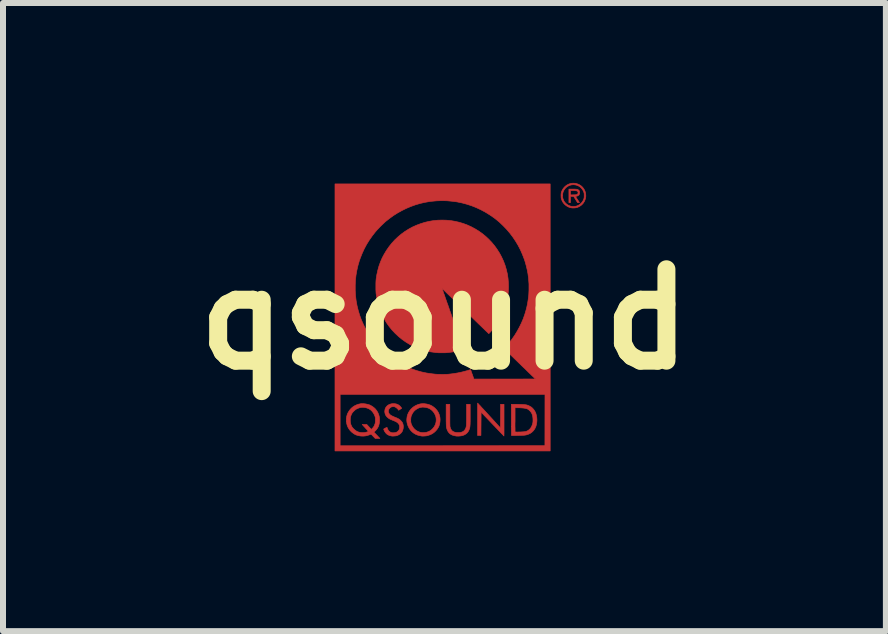
<source format=kicad_pcb>
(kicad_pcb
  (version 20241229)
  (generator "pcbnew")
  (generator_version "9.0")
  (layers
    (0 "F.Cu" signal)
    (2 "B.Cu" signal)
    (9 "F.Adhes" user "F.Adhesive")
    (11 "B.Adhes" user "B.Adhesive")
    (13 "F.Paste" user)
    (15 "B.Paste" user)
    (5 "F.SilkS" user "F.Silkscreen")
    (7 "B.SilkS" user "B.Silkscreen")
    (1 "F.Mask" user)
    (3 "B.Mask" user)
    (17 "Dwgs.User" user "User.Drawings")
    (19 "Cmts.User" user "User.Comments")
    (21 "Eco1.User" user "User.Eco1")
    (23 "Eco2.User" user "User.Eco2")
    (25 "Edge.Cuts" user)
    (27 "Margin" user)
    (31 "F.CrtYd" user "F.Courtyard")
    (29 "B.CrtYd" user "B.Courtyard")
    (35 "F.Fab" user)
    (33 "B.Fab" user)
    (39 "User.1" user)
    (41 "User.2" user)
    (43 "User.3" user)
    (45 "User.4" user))
  (footprint "qsound"
    (layer "F.Cu")
    (at 4.362 2.275)
    (property "Reference" "qsound" (at 0 0 0) (layer "F.SilkS") (effects (font (size 1.524 1.524) (thickness 0.3))))
    (attr through_hole)
    (fp_poly (pts (xy 0.555 1.399) (xy 0.56 1.404) (xy 0.568 1.413) (xy 0.579 1.425) (xy 0.593 1.439) (xy 0.608 1.456) (xy 0.626 1.476) (xy 0.646 1.497) (xy 0.667 1.52) (xy 0.69 1.545) (xy 0.714 1.571) (xy 0.739 1.599) (xy 0.744 1.604) (xy 0.933 1.811) (xy 0.934 1.614) (xy 0.935 1.417) (xy 0.993 1.417) (xy 0.993 1.681) (xy 0.993 1.718) (xy 0.993 1.752) (xy 0.993 1.785) (xy 0.993 1.816) (xy 0.993 1.844) (xy 0.993 1.87) (xy 0.993 1.892) (xy 0.993 1.911) (xy 0.992 1.926) (xy 0.992 1.937) (xy 0.992 1.944) (xy 0.992 1.946) (xy 0.99 1.944) (xy 0.985 1.939) (xy 0.977 1.93) (xy 0.966 1.919) (xy 0.952 1.905) (xy 0.936 1.888) (xy 0.918 1.869) (xy 0.898 1.848) (xy 0.876 1.825) (xy 0.853 1.801) (xy 0.829 1.776) (xy 0.803 1.749) (xy 0.801 1.747) (xy 0.611 1.548) (xy 0.608 1.937) (xy 0.552 1.937) (xy 0.552 1.667) (xy 0.552 1.63) (xy 0.552 1.595) (xy 0.552 1.562) (xy 0.552 1.531) (xy 0.552 1.502) (xy 0.552 1.476) (xy 0.552 1.453) (xy 0.552 1.434) (xy 0.552 1.418) (xy 0.553 1.407) (xy 0.553 1.4) (xy 0.553 1.397) (xy 0.555 1.399)) (stroke (width 0.01) (type solid)) (fill yes) (layer "F.Cu"))
    (fp_poly (pts (xy 2.16 -2.172) (xy 2.179 -2.171) (xy 2.194 -2.17) (xy 2.206 -2.169) (xy 2.216 -2.167) (xy 2.223 -2.164) (xy 2.23 -2.16) (xy 2.236 -2.156) (xy 2.237 -2.155) (xy 2.246 -2.146) (xy 2.251 -2.136) (xy 2.253 -2.123) (xy 2.254 -2.111) (xy 2.252 -2.095) (xy 2.248 -2.082) (xy 2.239 -2.07) (xy 2.238 -2.069) (xy 2.231 -2.064) (xy 2.221 -2.059) (xy 2.21 -2.055) (xy 2.2 -2.052) (xy 2.198 -2.052) (xy 2.193 -2.052) (xy 2.19 -2.051) (xy 2.188 -2.049) (xy 2.189 -2.046) (xy 2.191 -2.04) (xy 2.196 -2.031) (xy 2.203 -2.02) (xy 2.213 -2.005) (xy 2.217 -1.998) (xy 2.227 -1.984) (xy 2.235 -1.971) (xy 2.242 -1.961) (xy 2.247 -1.953) (xy 2.25 -1.948) (xy 2.25 -1.947) (xy 2.248 -1.946) (xy 2.242 -1.946) (xy 2.235 -1.946) (xy 2.219 -1.946) (xy 2.155 -2.049) (xy 2.128 -2.049) (xy 2.101 -2.05) (xy 2.101 -1.946) (xy 2.075 -1.946) (xy 2.075 -2.146) (xy 2.101 -2.146) (xy 2.101 -2.075) (xy 2.148 -2.076) (xy 2.166 -2.076) (xy 2.18 -2.077) (xy 2.191 -2.078) (xy 2.198 -2.079) (xy 2.204 -2.08) (xy 2.207 -2.081) (xy 2.218 -2.087) (xy 2.224 -2.095) (xy 2.227 -2.106) (xy 2.228 -2.112) (xy 2.227 -2.121) (xy 2.225 -2.127) (xy 2.222 -2.132) (xy 2.221 -2.132) (xy 2.215 -2.137) (xy 2.207 -2.141) (xy 2.197 -2.143) (xy 2.185 -2.145) (xy 2.169 -2.146) (xy 2.149 -2.146) (xy 2.145 -2.146) (xy 2.101 -2.146) (xy 2.075 -2.146) (xy 2.075 -2.172) (xy 2.137 -2.172) (xy 2.16 -2.172)) (stroke (width 0.01) (type solid)) (fill yes) (layer "F.Cu"))
    (fp_poly (pts (xy 0.09 1.601) (xy 0.09 1.636) (xy 0.09 1.667) (xy 0.09 1.693) (xy 0.09 1.715) (xy 0.09 1.734) (xy 0.091 1.75) (xy 0.091 1.762) (xy 0.091 1.772) (xy 0.092 1.78) (xy 0.092 1.787) (xy 0.093 1.792) (xy 0.094 1.796) (xy 0.095 1.799) (xy 0.095 1.8) (xy 0.103 1.823) (xy 0.113 1.842) (xy 0.125 1.857) (xy 0.14 1.868) (xy 0.151 1.874) (xy 0.165 1.88) (xy 0.178 1.884) (xy 0.193 1.887) (xy 0.209 1.888) (xy 0.227 1.888) (xy 0.243 1.888) (xy 0.257 1.887) (xy 0.269 1.886) (xy 0.274 1.885) (xy 0.298 1.877) (xy 0.318 1.866) (xy 0.334 1.851) (xy 0.347 1.832) (xy 0.357 1.809) (xy 0.359 1.803) (xy 0.361 1.796) (xy 0.362 1.788) (xy 0.364 1.78) (xy 0.365 1.77) (xy 0.366 1.757) (xy 0.366 1.743) (xy 0.367 1.726) (xy 0.367 1.705) (xy 0.368 1.681) (xy 0.368 1.654) (xy 0.368 1.622) (xy 0.368 1.585) (xy 0.368 1.577) (xy 0.368 1.417) (xy 0.429 1.417) (xy 0.429 1.582) (xy 0.429 1.619) (xy 0.429 1.652) (xy 0.429 1.681) (xy 0.429 1.705) (xy 0.428 1.726) (xy 0.428 1.744) (xy 0.427 1.76) (xy 0.426 1.773) (xy 0.425 1.784) (xy 0.424 1.794) (xy 0.422 1.803) (xy 0.421 1.811) (xy 0.419 1.818) (xy 0.409 1.846) (xy 0.396 1.871) (xy 0.379 1.893) (xy 0.358 1.911) (xy 0.334 1.926) (xy 0.306 1.937) (xy 0.302 1.938) (xy 0.28 1.943) (xy 0.256 1.946) (xy 0.231 1.948) (xy 0.209 1.947) (xy 0.199 1.947) (xy 0.166 1.941) (xy 0.137 1.933) (xy 0.112 1.922) (xy 0.091 1.908) (xy 0.073 1.89) (xy 0.058 1.869) (xy 0.046 1.844) (xy 0.043 1.836) (xy 0.04 1.828) (xy 0.038 1.82) (xy 0.036 1.813) (xy 0.034 1.805) (xy 0.032 1.796) (xy 0.031 1.786) (xy 0.03 1.774) (xy 0.03 1.76) (xy 0.029 1.744) (xy 0.029 1.725) (xy 0.028 1.702) (xy 0.028 1.676) (xy 0.028 1.646) (xy 0.028 1.611) (xy 0.028 1.592) (xy 0.028 1.417) (xy 0.089 1.417) (xy 0.09 1.601)) (stroke (width 0.01) (type solid)) (fill yes) (layer "F.Cu"))
    (fp_poly (pts (xy 2.188 -2.267) (xy 2.219 -2.258) (xy 2.227 -2.255) (xy 2.256 -2.241) (xy 2.282 -2.223) (xy 2.304 -2.202) (xy 2.323 -2.177) (xy 2.338 -2.151) (xy 2.349 -2.121) (xy 2.355 -2.091) (xy 2.357 -2.058) (xy 2.357 -2.054) (xy 2.353 -2.022) (xy 2.344 -1.992) (xy 2.332 -1.964) (xy 2.316 -1.939) (xy 2.296 -1.916) (xy 2.274 -1.897) (xy 2.248 -1.881) (xy 2.221 -1.868) (xy 2.191 -1.86) (xy 2.16 -1.857) (xy 2.131 -1.857) (xy 2.099 -1.862) (xy 2.07 -1.872) (xy 2.042 -1.887) (xy 2.016 -1.906) (xy 2.009 -1.912) (xy 1.989 -1.933) (xy 1.973 -1.955) (xy 1.96 -1.98) (xy 1.95 -2.007) (xy 1.948 -2.015) (xy 1.946 -2.023) (xy 1.945 -2.032) (xy 1.945 -2.042) (xy 1.944 -2.056) (xy 1.944 -2.064) (xy 1.944 -2.064) (xy 1.968 -2.064) (xy 1.97 -2.039) (xy 1.975 -2.015) (xy 1.984 -1.991) (xy 1.988 -1.981) (xy 2.002 -1.957) (xy 2.021 -1.936) (xy 2.042 -1.917) (xy 2.066 -1.902) (xy 2.093 -1.891) (xy 2.104 -1.887) (xy 2.123 -1.884) (xy 2.145 -1.882) (xy 2.168 -1.883) (xy 2.189 -1.886) (xy 2.196 -1.887) (xy 2.224 -1.897) (xy 2.249 -1.911) (xy 2.272 -1.929) (xy 2.292 -1.951) (xy 2.309 -1.975) (xy 2.322 -2.003) (xy 2.324 -2.009) (xy 2.326 -2.017) (xy 2.328 -2.025) (xy 2.329 -2.033) (xy 2.33 -2.043) (xy 2.33 -2.057) (xy 2.33 -2.064) (xy 2.33 -2.079) (xy 2.33 -2.09) (xy 2.329 -2.099) (xy 2.327 -2.107) (xy 2.325 -2.115) (xy 2.324 -2.119) (xy 2.312 -2.147) (xy 2.296 -2.171) (xy 2.278 -2.193) (xy 2.256 -2.211) (xy 2.232 -2.225) (xy 2.206 -2.236) (xy 2.179 -2.242) (xy 2.151 -2.245) (xy 2.123 -2.243) (xy 2.094 -2.236) (xy 2.073 -2.227) (xy 2.047 -2.213) (xy 2.024 -2.194) (xy 2.005 -2.172) (xy 1.989 -2.148) (xy 1.978 -2.121) (xy 1.971 -2.093) (xy 1.968 -2.064) (xy 1.944 -2.064) (xy 1.944 -2.08) (xy 1.945 -2.092) (xy 1.946 -2.101) (xy 1.947 -2.109) (xy 1.949 -2.117) (xy 1.95 -2.121) (xy 1.962 -2.151) (xy 1.978 -2.178) (xy 1.997 -2.202) (xy 2.019 -2.223) (xy 2.043 -2.24) (xy 2.07 -2.254) (xy 2.098 -2.264) (xy 2.128 -2.269) (xy 2.158 -2.27) (xy 2.188 -2.267)) (stroke (width 0.01) (type solid)) (fill yes) (layer "F.Cu"))
    (fp_poly (pts (xy -0.336 1.407) (xy -0.298 1.412) (xy -0.265 1.42) (xy -0.234 1.431) (xy -0.207 1.445) (xy -0.182 1.462) (xy -0.158 1.482) (xy -0.149 1.491) (xy -0.128 1.514) (xy -0.111 1.538) (xy -0.098 1.563) (xy -0.087 1.59) (xy -0.083 1.604) (xy -0.076 1.634) (xy -0.073 1.665) (xy -0.074 1.698) (xy -0.078 1.729) (xy -0.085 1.76) (xy -0.095 1.788) (xy -0.102 1.801) (xy -0.123 1.834) (xy -0.147 1.862) (xy -0.174 1.887) (xy -0.204 1.908) (xy -0.237 1.924) (xy -0.273 1.936) (xy -0.29 1.941) (xy -0.302 1.943) (xy -0.318 1.945) (xy -0.334 1.946) (xy -0.351 1.947) (xy -0.365 1.947) (xy -0.376 1.947) (xy -0.376 1.947) (xy -0.412 1.94) (xy -0.447 1.931) (xy -0.479 1.918) (xy -0.507 1.902) (xy -0.523 1.891) (xy -0.549 1.868) (xy -0.572 1.842) (xy -0.591 1.813) (xy -0.607 1.781) (xy -0.618 1.749) (xy -0.626 1.715) (xy -0.629 1.683) (xy -0.563 1.683) (xy -0.562 1.706) (xy -0.559 1.726) (xy -0.557 1.735) (xy -0.546 1.764) (xy -0.531 1.791) (xy -0.513 1.816) (xy -0.491 1.838) (xy -0.467 1.857) (xy -0.462 1.859) (xy -0.447 1.867) (xy -0.429 1.875) (xy -0.41 1.882) (xy -0.393 1.886) (xy -0.388 1.887) (xy -0.374 1.889) (xy -0.357 1.889) (xy -0.338 1.888) (xy -0.319 1.887) (xy -0.302 1.884) (xy -0.295 1.882) (xy -0.265 1.872) (xy -0.238 1.858) (xy -0.213 1.839) (xy -0.192 1.818) (xy -0.173 1.794) (xy -0.158 1.767) (xy -0.147 1.739) (xy -0.14 1.709) (xy -0.138 1.678) (xy -0.138 1.665) (xy -0.141 1.641) (xy -0.145 1.62) (xy -0.153 1.599) (xy -0.158 1.588) (xy -0.173 1.56) (xy -0.193 1.535) (xy -0.212 1.516) (xy -0.234 1.499) (xy -0.256 1.486) (xy -0.28 1.477) (xy -0.307 1.47) (xy -0.336 1.466) (xy -0.366 1.464) (xy -0.393 1.468) (xy -0.42 1.475) (xy -0.443 1.485) (xy -0.472 1.502) (xy -0.498 1.522) (xy -0.519 1.546) (xy -0.536 1.572) (xy -0.55 1.602) (xy -0.557 1.622) (xy -0.56 1.64) (xy -0.562 1.661) (xy -0.563 1.683) (xy -0.629 1.683) (xy -0.629 1.681) (xy -0.627 1.652) (xy -0.622 1.616) (xy -0.612 1.584) (xy -0.599 1.555) (xy -0.582 1.527) (xy -0.56 1.499) (xy -0.551 1.49) (xy -0.526 1.467) (xy -0.497 1.447) (xy -0.466 1.431) (xy -0.434 1.418) (xy -0.401 1.41) (xy -0.368 1.406) (xy -0.336 1.407)) (stroke (width 0.01) (type solid)) (fill yes) (layer "F.Cu"))
    (fp_poly (pts (xy 1.241 1.418) (xy 1.276 1.419) (xy 1.307 1.42) (xy 1.333 1.422) (xy 1.355 1.425) (xy 1.373 1.428) (xy 1.375 1.429) (xy 1.384 1.432) (xy 1.396 1.436) (xy 1.408 1.441) (xy 1.417 1.446) (xy 1.444 1.461) (xy 1.468 1.481) (xy 1.489 1.505) (xy 1.507 1.532) (xy 1.521 1.561) (xy 1.525 1.572) (xy 1.534 1.607) (xy 1.54 1.643) (xy 1.542 1.679) (xy 1.54 1.714) (xy 1.534 1.749) (xy 1.526 1.782) (xy 1.513 1.812) (xy 1.5 1.835) (xy 1.48 1.861) (xy 1.456 1.884) (xy 1.43 1.902) (xy 1.4 1.916) (xy 1.367 1.927) (xy 1.339 1.932) (xy 1.331 1.933) (xy 1.319 1.934) (xy 1.304 1.934) (xy 1.287 1.935) (xy 1.267 1.936) (xy 1.247 1.936) (xy 1.226 1.937) (xy 1.206 1.937) (xy 1.186 1.938) (xy 1.167 1.938) (xy 1.15 1.938) (xy 1.136 1.938) (xy 1.126 1.938) (xy 1.119 1.937) (xy 1.117 1.937) (xy 1.117 1.934) (xy 1.116 1.926) (xy 1.116 1.914) (xy 1.116 1.899) (xy 1.116 1.879) (xy 1.116 1.856) (xy 1.115 1.83) (xy 1.115 1.801) (xy 1.115 1.77) (xy 1.115 1.763) (xy 1.176 1.763) (xy 1.176 1.789) (xy 1.177 1.813) (xy 1.177 1.833) (xy 1.177 1.85) (xy 1.177 1.863) (xy 1.177 1.872) (xy 1.177 1.876) (xy 1.177 1.876) (xy 1.18 1.878) (xy 1.188 1.879) (xy 1.199 1.879) (xy 1.215 1.88) (xy 1.233 1.879) (xy 1.254 1.879) (xy 1.276 1.878) (xy 1.294 1.877) (xy 1.31 1.876) (xy 1.325 1.875) (xy 1.338 1.873) (xy 1.348 1.872) (xy 1.353 1.871) (xy 1.379 1.862) (xy 1.402 1.848) (xy 1.422 1.831) (xy 1.44 1.809) (xy 1.454 1.784) (xy 1.466 1.755) (xy 1.472 1.731) (xy 1.475 1.714) (xy 1.476 1.694) (xy 1.476 1.672) (xy 1.475 1.65) (xy 1.473 1.631) (xy 1.472 1.622) (xy 1.466 1.596) (xy 1.458 1.574) (xy 1.447 1.554) (xy 1.433 1.536) (xy 1.422 1.524) (xy 1.406 1.51) (xy 1.392 1.5) (xy 1.377 1.492) (xy 1.367 1.489) (xy 1.355 1.486) (xy 1.339 1.483) (xy 1.32 1.48) (xy 1.298 1.478) (xy 1.273 1.476) (xy 1.248 1.475) (xy 1.227 1.475) (xy 1.177 1.474) (xy 1.177 1.674) (xy 1.177 1.705) (xy 1.176 1.735) (xy 1.176 1.763) (xy 1.115 1.763) (xy 1.115 1.737) (xy 1.115 1.702) (xy 1.115 1.676) (xy 1.115 1.417) (xy 1.2 1.417) (xy 1.241 1.418)) (stroke (width 0.01) (type solid)) (fill yes) (layer "F.Cu"))
    (fp_poly (pts (xy -0.824 1.408) (xy -0.808 1.41) (xy -0.805 1.411) (xy -0.782 1.419) (xy -0.76 1.431) (xy -0.742 1.446) (xy -0.727 1.463) (xy -0.721 1.471) (xy -0.714 1.485) (xy -0.739 1.5) (xy -0.748 1.507) (xy -0.757 1.512) (xy -0.762 1.515) (xy -0.765 1.516) (xy -0.767 1.514) (xy -0.769 1.51) (xy -0.774 1.502) (xy -0.783 1.492) (xy -0.794 1.482) (xy -0.805 1.473) (xy -0.816 1.466) (xy -0.817 1.465) (xy -0.827 1.461) (xy -0.835 1.458) (xy -0.843 1.457) (xy -0.854 1.457) (xy -0.855 1.457) (xy -0.873 1.458) (xy -0.889 1.463) (xy -0.903 1.471) (xy -0.914 1.483) (xy -0.926 1.498) (xy -0.933 1.516) (xy -0.935 1.534) (xy -0.933 1.551) (xy -0.926 1.568) (xy -0.914 1.584) (xy -0.906 1.591) (xy -0.896 1.599) (xy -0.882 1.607) (xy -0.866 1.615) (xy -0.846 1.624) (xy -0.821 1.635) (xy -0.818 1.636) (xy -0.797 1.644) (xy -0.781 1.652) (xy -0.767 1.659) (xy -0.756 1.666) (xy -0.746 1.673) (xy -0.736 1.682) (xy -0.728 1.69) (xy -0.711 1.709) (xy -0.698 1.729) (xy -0.691 1.75) (xy -0.687 1.773) (xy -0.686 1.79) (xy -0.688 1.819) (xy -0.695 1.846) (xy -0.705 1.871) (xy -0.72 1.892) (xy -0.739 1.91) (xy -0.761 1.925) (xy -0.786 1.937) (xy -0.803 1.942) (xy -0.818 1.944) (xy -0.837 1.946) (xy -0.855 1.947) (xy -0.873 1.947) (xy -0.886 1.945) (xy -0.913 1.939) (xy -0.939 1.928) (xy -0.961 1.914) (xy -0.98 1.895) (xy -0.995 1.874) (xy -1.001 1.863) (xy -1.006 1.853) (xy -1.01 1.844) (xy -1.012 1.837) (xy -1.012 1.835) (xy -1.013 1.832) (xy -1.012 1.829) (xy -1.01 1.827) (xy -1.005 1.823) (xy -0.997 1.819) (xy -0.987 1.814) (xy -0.974 1.808) (xy -0.965 1.804) (xy -0.96 1.803) (xy -0.957 1.804) (xy -0.955 1.808) (xy -0.955 1.811) (xy -0.954 1.817) (xy -0.95 1.825) (xy -0.945 1.836) (xy -0.939 1.846) (xy -0.933 1.855) (xy -0.927 1.863) (xy -0.927 1.863) (xy -0.919 1.87) (xy -0.908 1.878) (xy -0.9 1.882) (xy -0.89 1.887) (xy -0.882 1.889) (xy -0.873 1.891) (xy -0.861 1.892) (xy -0.86 1.892) (xy -0.834 1.891) (xy -0.811 1.886) (xy -0.791 1.878) (xy -0.775 1.865) (xy -0.762 1.849) (xy -0.756 1.84) (xy -0.752 1.831) (xy -0.75 1.824) (xy -0.749 1.817) (xy -0.748 1.808) (xy -0.748 1.798) (xy -0.748 1.786) (xy -0.749 1.776) (xy -0.751 1.769) (xy -0.754 1.761) (xy -0.755 1.76) (xy -0.763 1.746) (xy -0.773 1.734) (xy -0.786 1.722) (xy -0.802 1.711) (xy -0.822 1.701) (xy -0.847 1.69) (xy -0.855 1.687) (xy -0.875 1.679) (xy -0.89 1.672) (xy -0.903 1.667) (xy -0.913 1.662) (xy -0.922 1.656) (xy -0.931 1.651) (xy -0.936 1.647) (xy -0.957 1.629) (xy -0.974 1.609) (xy -0.986 1.587) (xy -0.993 1.563) (xy -0.996 1.537) (xy -0.996 1.535) (xy -0.993 1.51) (xy -0.987 1.486) (xy -0.975 1.465) (xy -0.96 1.447) (xy -0.941 1.431) (xy -0.918 1.419) (xy -0.894 1.411) (xy -0.879 1.408) (xy -0.861 1.406) (xy -0.842 1.406) (xy -0.824 1.408)) (stroke (width 0.01) (type solid)) (fill yes) (layer "F.Cu"))
    (fp_poly (pts (xy -1.345 1.407) (xy -1.319 1.41) (xy -1.293 1.415) (xy -1.268 1.421) (xy -1.247 1.428) (xy -1.236 1.433) (xy -1.203 1.452) (xy -1.174 1.474) (xy -1.149 1.498) (xy -1.128 1.526) (xy -1.11 1.557) (xy -1.096 1.592) (xy -1.095 1.595) (xy -1.089 1.617) (xy -1.085 1.638) (xy -1.083 1.658) (xy -1.082 1.681) (xy -1.083 1.692) (xy -1.086 1.728) (xy -1.093 1.76) (xy -1.103 1.789) (xy -1.118 1.816) (xy -1.137 1.842) (xy -1.155 1.861) (xy -1.176 1.882) (xy -1.126 1.934) (xy -1.077 1.986) (xy -1.155 1.986) (xy -1.189 1.951) (xy -1.202 1.936) (xy -1.213 1.926) (xy -1.22 1.919) (xy -1.225 1.916) (xy -1.227 1.916) (xy -1.231 1.918) (xy -1.238 1.921) (xy -1.248 1.924) (xy -1.252 1.926) (xy -1.281 1.936) (xy -1.311 1.943) (xy -1.343 1.947) (xy -1.375 1.947) (xy -1.397 1.946) (xy -1.426 1.941) (xy -1.452 1.935) (xy -1.476 1.927) (xy -1.498 1.916) (xy -1.518 1.903) (xy -1.547 1.881) (xy -1.572 1.856) (xy -1.593 1.828) (xy -1.611 1.797) (xy -1.624 1.764) (xy -1.632 1.73) (xy -1.637 1.695) (xy -1.637 1.671) (xy -1.571 1.671) (xy -1.571 1.7) (xy -1.568 1.726) (xy -1.562 1.751) (xy -1.552 1.775) (xy -1.55 1.778) (xy -1.545 1.789) (xy -1.54 1.797) (xy -1.534 1.805) (xy -1.526 1.814) (xy -1.516 1.824) (xy -1.513 1.828) (xy -1.49 1.848) (xy -1.468 1.864) (xy -1.445 1.875) (xy -1.421 1.883) (xy -1.395 1.888) (xy -1.365 1.889) (xy -1.356 1.889) (xy -1.34 1.888) (xy -1.326 1.887) (xy -1.314 1.884) (xy -1.302 1.881) (xy -1.291 1.878) (xy -1.282 1.875) (xy -1.276 1.873) (xy -1.273 1.87) (xy -1.273 1.866) (xy -1.275 1.861) (xy -1.281 1.854) (xy -1.289 1.844) (xy -1.301 1.832) (xy -1.312 1.82) (xy -1.325 1.806) (xy -1.336 1.793) (xy -1.347 1.782) (xy -1.356 1.772) (xy -1.362 1.765) (xy -1.364 1.762) (xy -1.372 1.753) (xy -1.296 1.753) (xy -1.259 1.793) (xy -1.248 1.805) (xy -1.238 1.816) (xy -1.23 1.824) (xy -1.223 1.83) (xy -1.22 1.834) (xy -1.219 1.834) (xy -1.216 1.832) (xy -1.211 1.827) (xy -1.204 1.819) (xy -1.196 1.811) (xy -1.188 1.801) (xy -1.181 1.792) (xy -1.176 1.784) (xy -1.175 1.783) (xy -1.17 1.772) (xy -1.165 1.76) (xy -1.16 1.747) (xy -1.159 1.744) (xy -1.156 1.734) (xy -1.155 1.726) (xy -1.153 1.718) (xy -1.153 1.708) (xy -1.152 1.695) (xy -1.152 1.681) (xy -1.152 1.661) (xy -1.153 1.645) (xy -1.155 1.631) (xy -1.159 1.618) (xy -1.164 1.604) (xy -1.171 1.589) (xy -1.172 1.586) (xy -1.189 1.557) (xy -1.209 1.532) (xy -1.231 1.511) (xy -1.257 1.494) (xy -1.285 1.482) (xy -1.293 1.479) (xy -1.313 1.474) (xy -1.335 1.47) (xy -1.358 1.468) (xy -1.371 1.468) (xy -1.392 1.469) (xy -1.413 1.474) (xy -1.434 1.481) (xy -1.455 1.49) (xy -1.467 1.496) (xy -1.477 1.501) (xy -1.484 1.507) (xy -1.492 1.513) (xy -1.501 1.521) (xy -1.511 1.531) (xy -1.523 1.543) (xy -1.531 1.552) (xy -1.538 1.561) (xy -1.543 1.569) (xy -1.548 1.578) (xy -1.549 1.58) (xy -1.558 1.601) (xy -1.565 1.621) (xy -1.569 1.642) (xy -1.571 1.664) (xy -1.571 1.671) (xy -1.637 1.671) (xy -1.637 1.658) (xy -1.631 1.622) (xy -1.63 1.617) (xy -1.623 1.591) (xy -1.614 1.568) (xy -1.601 1.544) (xy -1.585 1.52) (xy -1.577 1.509) (xy -1.555 1.484) (xy -1.528 1.461) (xy -1.499 1.442) (xy -1.467 1.427) (xy -1.434 1.415) (xy -1.399 1.408) (xy -1.392 1.407) (xy -1.37 1.406) (xy -1.345 1.407)) (stroke (width 0.01) (type solid)) (fill yes) (layer "F.Cu"))
    (fp_poly (pts (xy 1.763 2.195) (xy -1.826 2.195) (xy -1.826 1.252) (xy -1.74 1.252) (xy -1.74 2.108) (xy -0.032 2.108) (xy 1.675 2.107) (xy 1.676 1.252) (xy -1.74 1.252) (xy -1.826 1.252) (xy -1.826 -0.488) (xy -1.488 -0.488) (xy -1.488 -0.478) (xy -1.483 -0.394) (xy -1.473 -0.31) (xy -1.458 -0.228) (xy -1.438 -0.147) (xy -1.414 -0.067) (xy -1.385 0.011) (xy -1.351 0.087) (xy -1.314 0.161) (xy -1.271 0.234) (xy -1.225 0.303) (xy -1.174 0.371) (xy -1.12 0.435) (xy -1.061 0.496) (xy -1.032 0.525) (xy -0.982 0.57) (xy -0.931 0.612) (xy -0.878 0.651) (xy -0.823 0.688) (xy -0.765 0.724) (xy -0.742 0.737) (xy -0.736 0.74) (xy -0.726 0.745) (xy -0.714 0.752) (xy -0.7 0.759) (xy -0.687 0.765) (xy -0.611 0.801) (xy -0.534 0.831) (xy -0.456 0.857) (xy -0.376 0.879) (xy -0.295 0.896) (xy -0.211 0.908) (xy -0.149 0.915) (xy -0.132 0.916) (xy -0.111 0.917) (xy -0.087 0.917) (xy -0.062 0.918) (xy -0.035 0.918) (xy -0.009 0.918) (xy 0.016 0.917) (xy 0.039 0.917) (xy 0.058 0.916) (xy 0.071 0.915) (xy 0.146 0.906) (xy 0.22 0.894) (xy 0.291 0.879) (xy 0.36 0.861) (xy 0.396 0.851) (xy 0.409 0.846) (xy 0.42 0.843) (xy 0.429 0.84) (xy 0.434 0.839) (xy 0.435 0.839) (xy 0.436 0.841) (xy 0.439 0.848) (xy 0.443 0.858) (xy 0.447 0.872) (xy 0.453 0.888) (xy 0.459 0.906) (xy 0.464 0.918) (xy 0.491 0.996) (xy 1.518 0.995) (xy 1.503 0.981) (xy 1.499 0.978) (xy 1.492 0.971) (xy 1.482 0.961) (xy 1.468 0.948) (xy 1.452 0.933) (xy 1.434 0.915) (xy 1.413 0.895) (xy 1.39 0.873) (xy 1.366 0.849) (xy 1.34 0.823) (xy 1.312 0.797) (xy 1.283 0.769) (xy 1.254 0.74) (xy 1.24 0.727) (xy 0.993 0.487) (xy 1 0.479) (xy 1.005 0.474) (xy 1.012 0.466) (xy 1.02 0.457) (xy 1.028 0.45) (xy 1.077 0.393) (xy 1.124 0.333) (xy 1.169 0.269) (xy 1.21 0.202) (xy 1.248 0.133) (xy 1.283 0.062) (xy 1.314 -0.011) (xy 1.34 -0.085) (xy 1.357 -0.142) (xy 1.373 -0.204) (xy 1.386 -0.266) (xy 1.396 -0.331) (xy 1.405 -0.4) (xy 1.405 -0.401) (xy 1.406 -0.418) (xy 1.407 -0.438) (xy 1.408 -0.461) (xy 1.409 -0.486) (xy 1.409 -0.513) (xy 1.409 -0.539) (xy 1.409 -0.564) (xy 1.409 -0.587) (xy 1.408 -0.607) (xy 1.407 -0.617) (xy 1.401 -0.69) (xy 1.392 -0.76) (xy 1.379 -0.828) (xy 1.363 -0.895) (xy 1.344 -0.962) (xy 1.331 -1.002) (xy 1.301 -1.08) (xy 1.267 -1.157) (xy 1.229 -1.231) (xy 1.186 -1.303) (xy 1.139 -1.373) (xy 1.088 -1.44) (xy 1.033 -1.504) (xy 0.975 -1.564) (xy 0.914 -1.622) (xy 0.849 -1.675) (xy 0.827 -1.692) (xy 0.756 -1.741) (xy 0.683 -1.786) (xy 0.609 -1.826) (xy 0.532 -1.862) (xy 0.454 -1.893) (xy 0.374 -1.919) (xy 0.292 -1.941) (xy 0.21 -1.958) (xy 0.126 -1.969) (xy 0.042 -1.977) (xy -0.044 -1.979) (xy -0.13 -1.976) (xy -0.217 -1.968) (xy -0.244 -1.965) (xy -0.324 -1.951) (xy -0.403 -1.933) (xy -0.482 -1.91) (xy -0.56 -1.882) (xy -0.636 -1.85) (xy -0.711 -1.813) (xy -0.783 -1.773) (xy -0.854 -1.728) (xy -0.921 -1.679) (xy -0.982 -1.631) (xy -0.996 -1.618) (xy -1.013 -1.602) (xy -1.032 -1.584) (xy -1.052 -1.565) (xy -1.072 -1.545) (xy -1.092 -1.524) (xy -1.11 -1.505) (xy -1.127 -1.487) (xy -1.141 -1.471) (xy -1.149 -1.462) (xy -1.203 -1.393) (xy -1.253 -1.322) (xy -1.298 -1.25) (xy -1.338 -1.175) (xy -1.373 -1.098) (xy -1.404 -1.02) (xy -1.42 -0.975) (xy -1.443 -0.896) (xy -1.461 -0.817) (xy -1.475 -0.737) (xy -1.484 -0.656) (xy -1.488 -0.573) (xy -1.488 -0.488) (xy -1.826 -0.488) (xy -1.826 -2.258) (xy 1.763 -2.258) (xy 1.763 2.195)) (stroke (width 0.01) (type solid)) (fill yes) (layer "F.Cu"))
    (fp_poly (pts (xy 0.034 -1.653) (xy 0.106 -1.646) (xy 0.178 -1.634) (xy 0.243 -1.619) (xy 0.314 -1.598) (xy 0.383 -1.572) (xy 0.449 -1.542) (xy 0.514 -1.507) (xy 0.575 -1.469) (xy 0.634 -1.427) (xy 0.69 -1.381) (xy 0.743 -1.331) (xy 0.792 -1.279) (xy 0.838 -1.223) (xy 0.88 -1.164) (xy 0.919 -1.103) (xy 0.953 -1.039) (xy 0.984 -0.972) (xy 1.01 -0.903) (xy 1.031 -0.832) (xy 1.032 -0.828) (xy 1.049 -0.756) (xy 1.06 -0.683) (xy 1.066 -0.609) (xy 1.068 -0.536) (xy 1.065 -0.462) (xy 1.057 -0.389) (xy 1.044 -0.317) (xy 1.027 -0.246) (xy 1.012 -0.199) (xy 0.986 -0.13) (xy 0.956 -0.062) (xy 0.92 0.004) (xy 0.88 0.068) (xy 0.836 0.13) (xy 0.821 0.149) (xy 0.814 0.157) (xy 0.806 0.167) (xy 0.796 0.178) (xy 0.785 0.19) (xy 0.775 0.201) (xy 0.765 0.213) (xy 0.755 0.222) (xy 0.748 0.231) (xy 0.742 0.236) (xy 0.739 0.239) (xy 0.739 0.239) (xy 0.737 0.237) (xy 0.731 0.232) (xy 0.723 0.224) (xy 0.711 0.212) (xy 0.696 0.198) (xy 0.678 0.181) (xy 0.658 0.161) (xy 0.635 0.139) (xy 0.61 0.115) (xy 0.583 0.089) (xy 0.554 0.061) (xy 0.523 0.031) (xy 0.49 -0.001) (xy 0.456 -0.034) (xy 0.421 -0.068) (xy 0.385 -0.104) (xy 0.349 -0.138) (xy 0.312 -0.174) (xy 0.275 -0.21) (xy 0.24 -0.244) (xy 0.206 -0.277) (xy 0.174 -0.308) (xy 0.143 -0.338) (xy 0.114 -0.366) (xy 0.087 -0.392) (xy 0.062 -0.416) (xy 0.039 -0.438) (xy 0.019 -0.458) (xy 0.002 -0.475) (xy -0.013 -0.489) (xy -0.025 -0.5) (xy -0.033 -0.508) (xy -0.038 -0.513) (xy -0.04 -0.515) (xy -0.039 -0.512) (xy -0.037 -0.505) (xy -0.033 -0.494) (xy -0.027 -0.478) (xy -0.021 -0.459) (xy -0.013 -0.436) (xy -0.003 -0.409) (xy 0.007 -0.38) (xy 0.018 -0.347) (xy 0.031 -0.311) (xy 0.044 -0.273) (xy 0.059 -0.233) (xy 0.074 -0.19) (xy 0.089 -0.145) (xy 0.106 -0.099) (xy 0.122 -0.051) (xy 0.137 -0.009) (xy 0.154 0.04) (xy 0.171 0.087) (xy 0.187 0.133) (xy 0.203 0.178) (xy 0.218 0.22) (xy 0.232 0.261) (xy 0.245 0.298) (xy 0.258 0.334) (xy 0.269 0.366) (xy 0.279 0.396) (xy 0.289 0.422) (xy 0.297 0.445) (xy 0.303 0.464) (xy 0.308 0.479) (xy 0.312 0.49) (xy 0.314 0.496) (xy 0.315 0.498) (xy 0.313 0.5) (xy 0.307 0.502) (xy 0.298 0.506) (xy 0.291 0.508) (xy 0.226 0.526) (xy 0.158 0.541) (xy 0.088 0.551) (xy 0.038 0.556) (xy 0.025 0.557) (xy 0.008 0.558) (xy -0.012 0.558) (xy -0.033 0.558) (xy -0.054 0.558) (xy -0.075 0.558) (xy -0.093 0.558) (xy -0.108 0.557) (xy -0.109 0.557) (xy -0.117 0.556) (xy -0.128 0.555) (xy -0.142 0.554) (xy -0.156 0.553) (xy -0.159 0.552) (xy -0.233 0.542) (xy -0.306 0.526) (xy -0.377 0.506) (xy -0.447 0.481) (xy -0.515 0.452) (xy -0.58 0.418) (xy -0.644 0.379) (xy -0.704 0.337) (xy -0.762 0.29) (xy -0.818 0.238) (xy -0.823 0.233) (xy -0.875 0.178) (xy -0.922 0.12) (xy -0.965 0.06) (xy -1.003 -0.003) (xy -1.037 -0.069) (xy -1.067 -0.136) (xy -1.092 -0.206) (xy -1.113 -0.278) (xy -1.129 -0.352) (xy -1.14 -0.428) (xy -1.141 -0.438) (xy -1.142 -0.454) (xy -1.143 -0.474) (xy -1.144 -0.497) (xy -1.144 -0.522) (xy -1.144 -0.549) (xy -1.144 -0.575) (xy -1.144 -0.601) (xy -1.143 -0.625) (xy -1.142 -0.646) (xy -1.14 -0.663) (xy -1.14 -0.669) (xy -1.128 -0.745) (xy -1.112 -0.818) (xy -1.092 -0.89) (xy -1.067 -0.959) (xy -1.038 -1.026) (xy -1.003 -1.091) (xy -0.968 -1.149) (xy -0.925 -1.211) (xy -0.879 -1.269) (xy -0.829 -1.324) (xy -0.775 -1.375) (xy -0.719 -1.422) (xy -0.66 -1.465) (xy -0.598 -1.504) (xy -0.534 -1.539) (xy -0.467 -1.569) (xy -0.398 -1.595) (xy -0.328 -1.617) (xy -0.255 -1.634) (xy -0.184 -1.646) (xy -0.112 -1.653) (xy -0.039 -1.655) (xy 0.034 -1.653)) (stroke (width 0.01) (type solid)) (fill yes) (layer "F.Cu")))
  (gr_rect
    (start -3 -3)
    (end 11.723 7.475)
    (stroke (width 0.1) (type default))
    (fill no)
    (layer "Edge.Cuts")))
</source>
